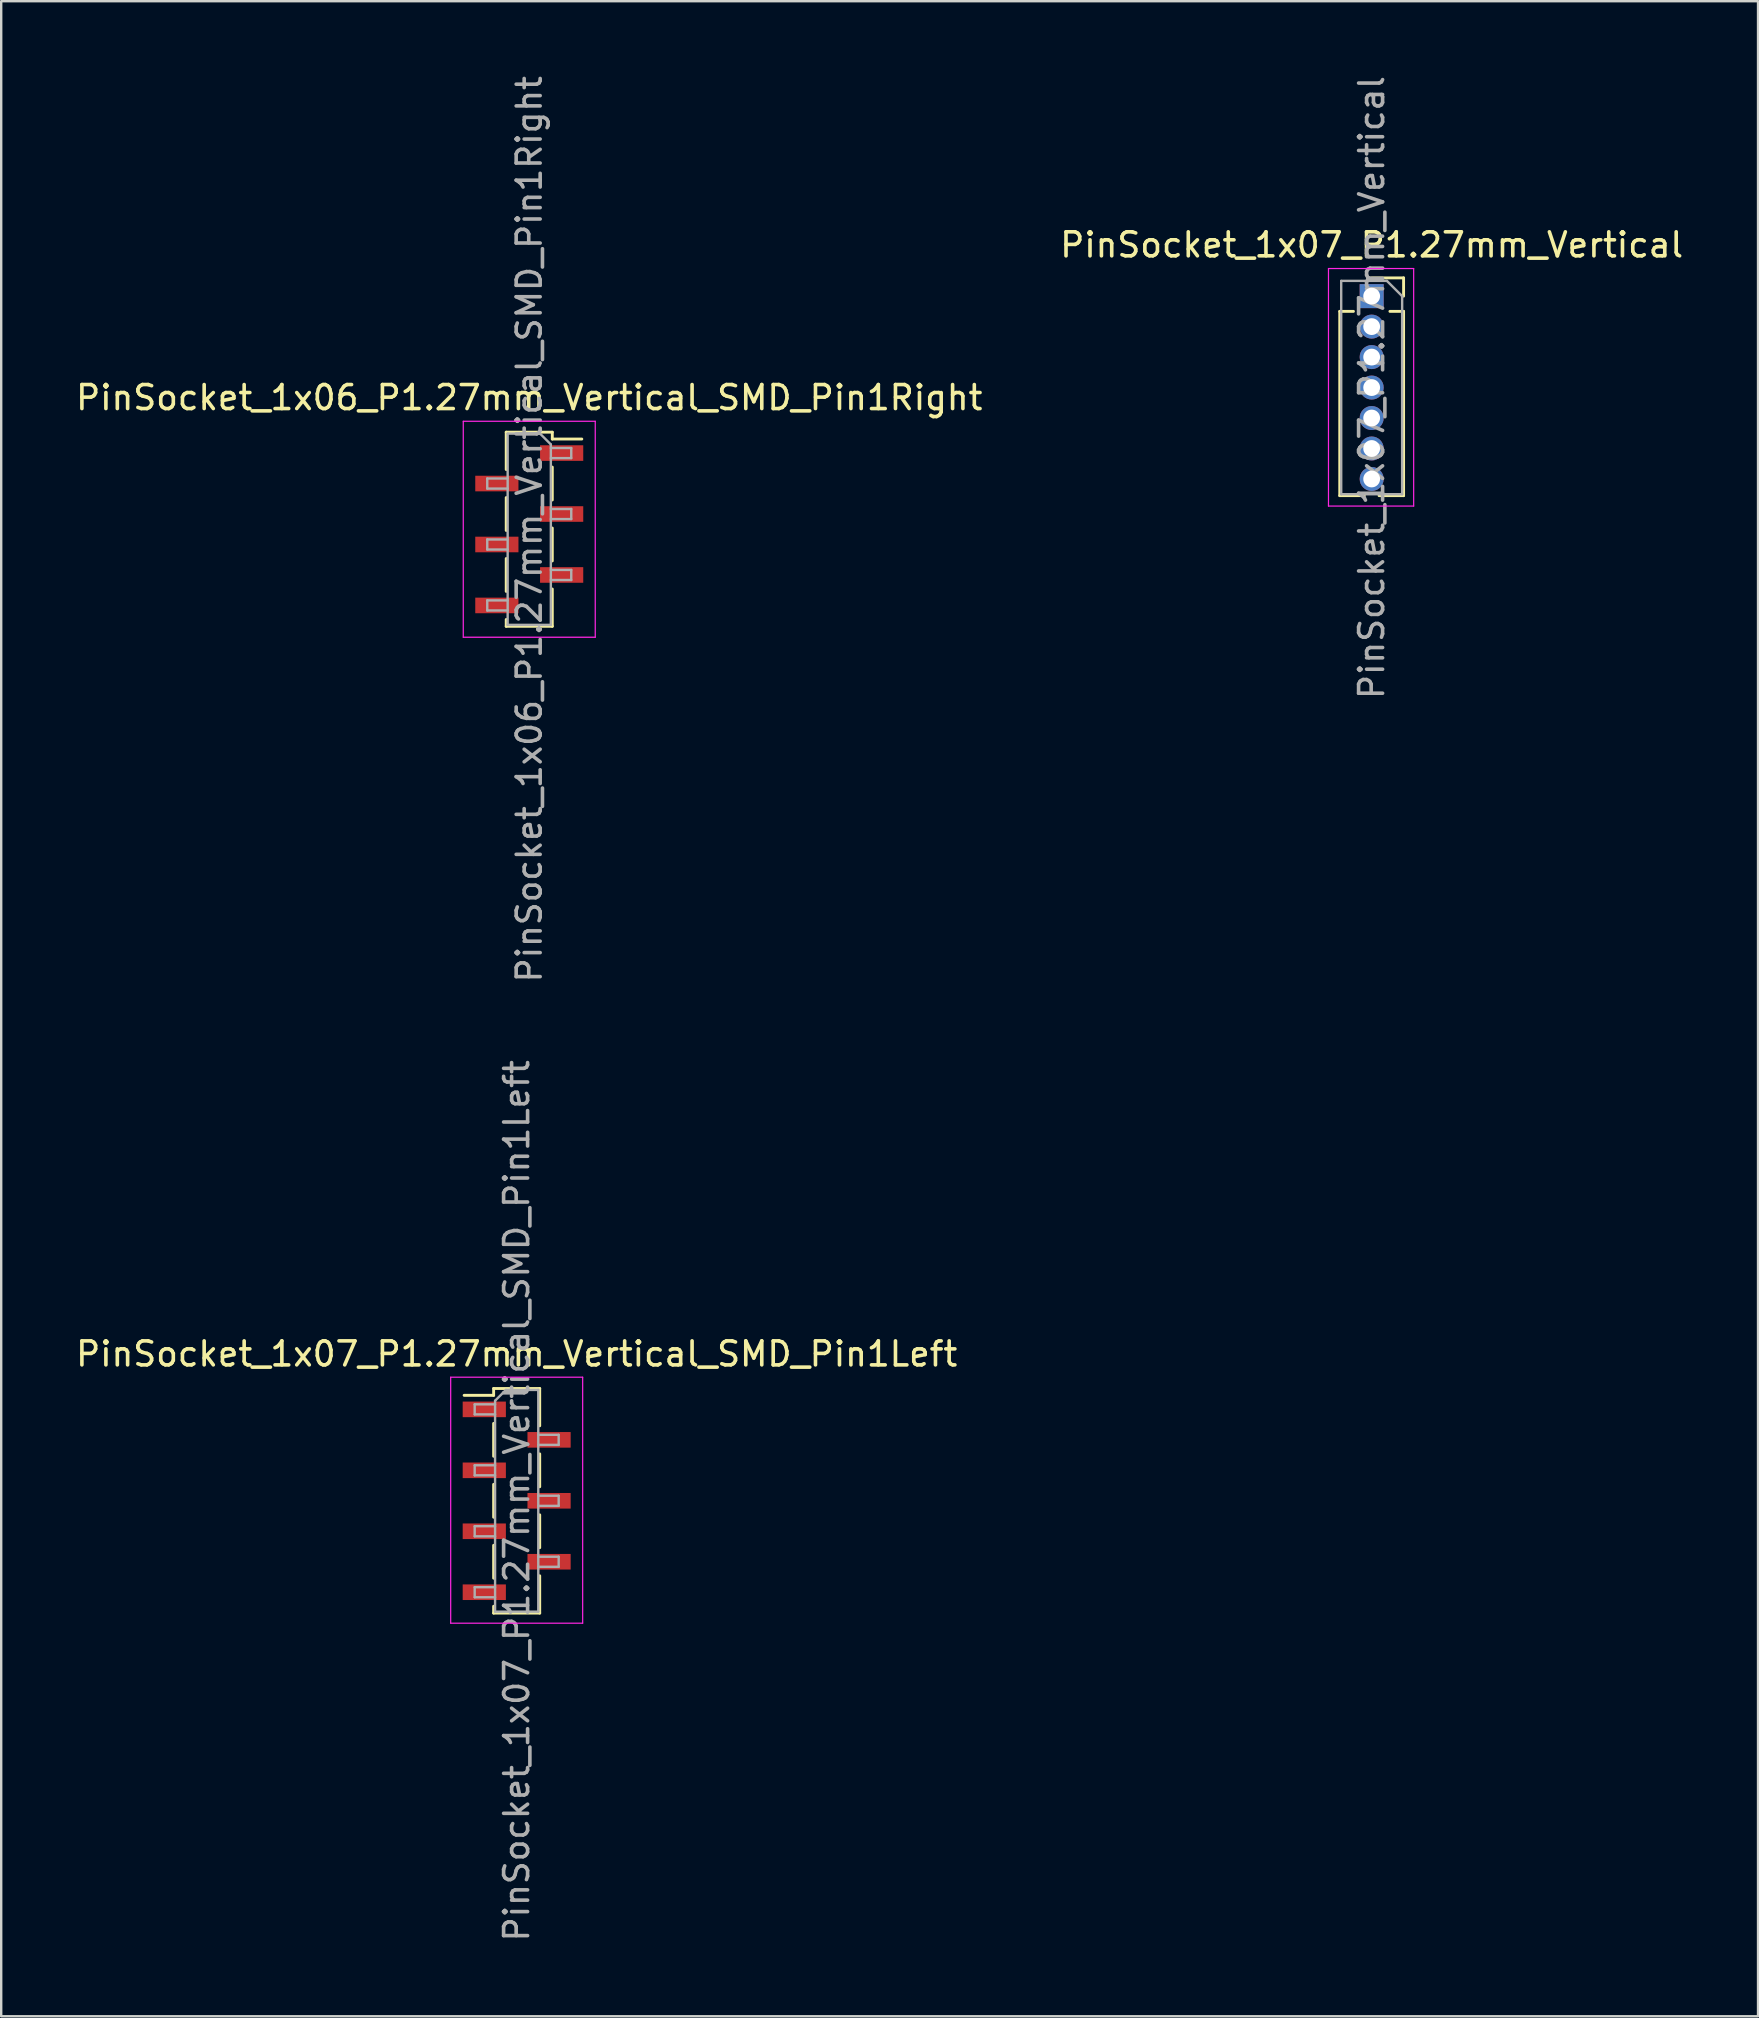
<source format=kicad_pcb>
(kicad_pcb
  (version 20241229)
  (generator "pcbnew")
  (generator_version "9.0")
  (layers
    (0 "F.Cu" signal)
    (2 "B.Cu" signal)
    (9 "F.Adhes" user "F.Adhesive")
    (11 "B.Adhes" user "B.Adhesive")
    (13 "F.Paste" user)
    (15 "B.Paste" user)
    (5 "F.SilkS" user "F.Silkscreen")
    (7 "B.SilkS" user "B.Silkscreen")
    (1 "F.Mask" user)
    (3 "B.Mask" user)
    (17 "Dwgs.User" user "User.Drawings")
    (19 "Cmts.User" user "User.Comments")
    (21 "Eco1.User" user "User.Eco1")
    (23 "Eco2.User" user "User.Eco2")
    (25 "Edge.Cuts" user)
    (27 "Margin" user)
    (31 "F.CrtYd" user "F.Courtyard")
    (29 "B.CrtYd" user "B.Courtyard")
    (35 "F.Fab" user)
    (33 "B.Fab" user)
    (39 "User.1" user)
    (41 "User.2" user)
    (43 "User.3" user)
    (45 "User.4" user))
  (footprint "PinSocket_1x06_P1.27mm_Vertical_SMD_Pin1Right"
    (layer "F.Cu")
    (at 19.006 19.006)
    (property "Reference" "PinSocket_1x06_P1.27mm_Vertical_SMD_Pin1Right" (at 0 -5.485 0) (layer "F.SilkS") (effects (font (size 1 1) (thickness 0.15))))
    (attr smd)
    (fp_line (start -0.96 -4.045) (end -0.96 -2.49) (stroke (width 0.12) (type solid)) (layer "F.SilkS"))
    (fp_line (start -0.96 -4.045) (end 0.96 -4.045) (stroke (width 0.12) (type solid)) (layer "F.SilkS"))
    (fp_line (start -0.96 -1.32) (end -0.96 0.05) (stroke (width 0.12) (type solid)) (layer "F.SilkS"))
    (fp_line (start -0.96 1.22) (end -0.96 2.59) (stroke (width 0.12) (type solid)) (layer "F.SilkS"))
    (fp_line (start -0.96 3.76) (end -0.96 4.045) (stroke (width 0.12) (type solid)) (layer "F.SilkS"))
    (fp_line (start -0.96 4.045) (end 0.96 4.045) (stroke (width 0.12) (type solid)) (layer "F.SilkS"))
    (fp_line (start 0.96 -4.045) (end 0.96 -3.76) (stroke (width 0.12) (type solid)) (layer "F.SilkS"))
    (fp_line (start 0.96 -3.76) (end 2.19 -3.76) (stroke (width 0.12) (type solid)) (layer "F.SilkS"))
    (fp_line (start 0.96 -2.59) (end 0.96 -1.22) (stroke (width 0.12) (type solid)) (layer "F.SilkS"))
    (fp_line (start 0.96 -0.05) (end 0.96 1.32) (stroke (width 0.12) (type solid)) (layer "F.SilkS"))
    (fp_line (start 0.96 2.49) (end 0.96 4.045) (stroke (width 0.12) (type solid)) (layer "F.SilkS"))
    (fp_line (start -2.75 -4.5) (end 2.75 -4.5) (stroke (width 0.05) (type solid)) (layer "F.CrtYd"))
    (fp_line (start -2.75 4.5) (end -2.75 -4.5) (stroke (width 0.05) (type solid)) (layer "F.CrtYd"))
    (fp_line (start 2.75 -4.5) (end 2.75 4.5) (stroke (width 0.05) (type solid)) (layer "F.CrtYd"))
    (fp_line (start 2.75 4.5) (end -2.75 4.5) (stroke (width 0.05) (type solid)) (layer "F.CrtYd"))
    (fp_line (start -1.75 -2.115) (end -0.9 -2.115) (stroke (width 0.1) (type solid)) (layer "F.Fab"))
    (fp_line (start -1.75 -1.695) (end -1.75 -2.115) (stroke (width 0.1) (type solid)) (layer "F.Fab"))
    (fp_line (start -1.75 0.425) (end -0.9 0.425) (stroke (width 0.1) (type solid)) (layer "F.Fab"))
    (fp_line (start -1.75 0.845) (end -1.75 0.425) (stroke (width 0.1) (type solid)) (layer "F.Fab"))
    (fp_line (start -1.75 2.965) (end -0.9 2.965) (stroke (width 0.1) (type solid)) (layer "F.Fab"))
    (fp_line (start -1.75 3.385) (end -1.75 2.965) (stroke (width 0.1) (type solid)) (layer "F.Fab"))
    (fp_line (start -0.9 -3.985) (end 0.45 -3.985) (stroke (width 0.1) (type solid)) (layer "F.Fab"))
    (fp_line (start -0.9 -1.695) (end -1.75 -1.695) (stroke (width 0.1) (type solid)) (layer "F.Fab"))
    (fp_line (start -0.9 0.845) (end -1.75 0.845) (stroke (width 0.1) (type solid)) (layer "F.Fab"))
    (fp_line (start -0.9 3.385) (end -1.75 3.385) (stroke (width 0.1) (type solid)) (layer "F.Fab"))
    (fp_line (start -0.9 3.985) (end -0.9 -3.985) (stroke (width 0.1) (type solid)) (layer "F.Fab"))
    (fp_line (start 0.45 -3.985) (end 0.9 -3.535) (stroke (width 0.1) (type solid)) (layer "F.Fab"))
    (fp_line (start 0.9 -3.535) (end 0.9 3.985) (stroke (width 0.1) (type solid)) (layer "F.Fab"))
    (fp_line (start 0.9 -3.385) (end 1.75 -3.385) (stroke (width 0.1) (type solid)) (layer "F.Fab"))
    (fp_line (start 0.9 -0.845) (end 1.75 -0.845) (stroke (width 0.1) (type solid)) (layer "F.Fab"))
    (fp_line (start 0.9 1.695) (end 1.75 1.695) (stroke (width 0.1) (type solid)) (layer "F.Fab"))
    (fp_line (start 0.9 3.985) (end -0.9 3.985) (stroke (width 0.1) (type solid)) (layer "F.Fab"))
    (fp_line (start 1.75 -3.385) (end 1.75 -2.965) (stroke (width 0.1) (type solid)) (layer "F.Fab"))
    (fp_line (start 1.75 -2.965) (end 0.9 -2.965) (stroke (width 0.1) (type solid)) (layer "F.Fab"))
    (fp_line (start 1.75 -0.845) (end 1.75 -0.425) (stroke (width 0.1) (type solid)) (layer "F.Fab"))
    (fp_line (start 1.75 -0.425) (end 0.9 -0.425) (stroke (width 0.1) (type solid)) (layer "F.Fab"))
    (fp_line (start 1.75 1.695) (end 1.75 2.115) (stroke (width 0.1) (type solid)) (layer "F.Fab"))
    (fp_line (start 1.75 2.115) (end 0.9 2.115) (stroke (width 0.1) (type solid)) (layer "F.Fab"))
    (fp_text user "${REFERENCE}" (at 0 0 90) (layer "F.Fab") (effects (font (size 1 1) (thickness 0.15))))
    (pad "1" smd rect (at 1.35 -3.175) (size 1.8 0.65) (layers "F.Cu" "F.Mask" "F.Paste"))
    (pad "2" smd rect (at -1.35 -1.905) (size 1.8 0.65) (layers "F.Cu" "F.Mask" "F.Paste"))
    (pad "3" smd rect (at 1.35 -0.635) (size 1.8 0.65) (layers "F.Cu" "F.Mask" "F.Paste"))
    (pad "4" smd rect (at -1.35 0.635) (size 1.8 0.65) (layers "F.Cu" "F.Mask" "F.Paste"))
    (pad "5" smd rect (at 1.35 1.905) (size 1.8 0.65) (layers "F.Cu" "F.Mask" "F.Paste"))
    (pad "6" smd rect (at -1.35 3.175) (size 1.8 0.65) (layers "F.Cu" "F.Mask" "F.Paste")))
  (footprint "PinSocket_1x07_P1.27mm_Vertical"
    (layer "F.Cu")
    (at 54.113 9.291)
    (property "Reference" "PinSocket_1x07_P1.27mm_Vertical" (at 0 -2.135 0) (layer "F.SilkS") (effects (font (size 1 1) (thickness 0.15))))
    (attr through_hole)
    (fp_line (start -1.33 0.635) (end -1.33 8.315) (stroke (width 0.12) (type solid)) (layer "F.SilkS"))
    (fp_line (start -1.33 0.635) (end -0.76 0.635) (stroke (width 0.12) (type solid)) (layer "F.SilkS"))
    (fp_line (start -1.33 8.315) (end -0.308 8.315) (stroke (width 0.12) (type solid)) (layer "F.SilkS"))
    (fp_line (start 0 -0.76) (end 1.33 -0.76) (stroke (width 0.12) (type solid)) (layer "F.SilkS"))
    (fp_line (start 0.308 8.315) (end 1.33 8.315) (stroke (width 0.12) (type solid)) (layer "F.SilkS"))
    (fp_line (start 0.76 0.635) (end 1.33 0.635) (stroke (width 0.12) (type solid)) (layer "F.SilkS"))
    (fp_line (start 1.33 -0.76) (end 1.33 0) (stroke (width 0.12) (type solid)) (layer "F.SilkS"))
    (fp_line (start 1.33 0.635) (end 1.33 8.315) (stroke (width 0.12) (type solid)) (layer "F.SilkS"))
    (fp_line (start -1.8 -1.15) (end 1.75 -1.15) (stroke (width 0.05) (type solid)) (layer "F.CrtYd"))
    (fp_line (start -1.8 8.75) (end -1.8 -1.15) (stroke (width 0.05) (type solid)) (layer "F.CrtYd"))
    (fp_line (start 1.75 -1.15) (end 1.75 8.75) (stroke (width 0.05) (type solid)) (layer "F.CrtYd"))
    (fp_line (start 1.75 8.75) (end -1.8 8.75) (stroke (width 0.05) (type solid)) (layer "F.CrtYd"))
    (fp_line (start -1.27 -0.635) (end 0.635 -0.635) (stroke (width 0.1) (type solid)) (layer "F.Fab"))
    (fp_line (start -1.27 8.255) (end -1.27 -0.635) (stroke (width 0.1) (type solid)) (layer "F.Fab"))
    (fp_line (start 0.635 -0.635) (end 1.27 0) (stroke (width 0.1) (type solid)) (layer "F.Fab"))
    (fp_line (start 1.27 0) (end 1.27 8.255) (stroke (width 0.1) (type solid)) (layer "F.Fab"))
    (fp_line (start 1.27 8.255) (end -1.27 8.255) (stroke (width 0.1) (type solid)) (layer "F.Fab"))
    (fp_text user "${REFERENCE}" (at 0 3.81 90) (layer "F.Fab") (effects (font (size 1 1) (thickness 0.15))))
    (pad "1" thru_hole rect (at 0 0) (size 1 1) (drill 0.7) (layers "*.Cu" "*.Mask"))
    (pad "2" thru_hole oval (at 0 1.27) (size 1 1) (drill 0.7) (layers "*.Cu" "*.Mask"))
    (pad "3" thru_hole oval (at 0 2.54) (size 1 1) (drill 0.7) (layers "*.Cu" "*.Mask"))
    (pad "4" thru_hole oval (at 0 3.81) (size 1 1) (drill 0.7) (layers "*.Cu" "*.Mask"))
    (pad "5" thru_hole oval (at 0 5.08) (size 1 1) (drill 0.7) (layers "*.Cu" "*.Mask"))
    (pad "6" thru_hole oval (at 0 6.35) (size 1 1) (drill 0.7) (layers "*.Cu" "*.Mask"))
    (pad "7" thru_hole oval (at 0 7.62) (size 1 1) (drill 0.7) (layers "*.Cu" "*.Mask")))
  (footprint "PinSocket_1x07_P1.27mm_Vertical_SMD_Pin1Left"
    (layer "F.Cu")
    (at 18.482 59.494)
    (property "Reference" "PinSocket_1x07_P1.27mm_Vertical_SMD_Pin1Left" (at 0 -6.12 0) (layer "F.SilkS") (effects (font (size 1 1) (thickness 0.15))))
    (attr smd)
    (fp_line (start -2.19 -4.395) (end -0.96 -4.395) (stroke (width 0.12) (type solid)) (layer "F.SilkS"))
    (fp_line (start -0.96 -4.68) (end -0.96 -4.395) (stroke (width 0.12) (type solid)) (layer "F.SilkS"))
    (fp_line (start -0.96 -4.68) (end 0.96 -4.68) (stroke (width 0.12) (type solid)) (layer "F.SilkS"))
    (fp_line (start -0.96 -3.225) (end -0.96 -1.855) (stroke (width 0.12) (type solid)) (layer "F.SilkS"))
    (fp_line (start -0.96 -0.685) (end -0.96 0.685) (stroke (width 0.12) (type solid)) (layer "F.SilkS"))
    (fp_line (start -0.96 1.855) (end -0.96 3.225) (stroke (width 0.12) (type solid)) (layer "F.SilkS"))
    (fp_line (start -0.96 4.395) (end -0.96 4.68) (stroke (width 0.12) (type solid)) (layer "F.SilkS"))
    (fp_line (start -0.96 4.68) (end 0.96 4.68) (stroke (width 0.12) (type solid)) (layer "F.SilkS"))
    (fp_line (start 0.96 -4.68) (end 0.96 -3.125) (stroke (width 0.12) (type solid)) (layer "F.SilkS"))
    (fp_line (start 0.96 -1.955) (end 0.96 -0.585) (stroke (width 0.12) (type solid)) (layer "F.SilkS"))
    (fp_line (start 0.96 0.585) (end 0.96 1.955) (stroke (width 0.12) (type solid)) (layer "F.SilkS"))
    (fp_line (start 0.96 3.125) (end 0.96 4.68) (stroke (width 0.12) (type solid)) (layer "F.SilkS"))
    (fp_line (start -2.75 -5.15) (end 2.75 -5.15) (stroke (width 0.05) (type solid)) (layer "F.CrtYd"))
    (fp_line (start -2.75 5.1) (end -2.75 -5.15) (stroke (width 0.05) (type solid)) (layer "F.CrtYd"))
    (fp_line (start 2.75 -5.15) (end 2.75 5.1) (stroke (width 0.05) (type solid)) (layer "F.CrtYd"))
    (fp_line (start 2.75 5.1) (end -2.75 5.1) (stroke (width 0.05) (type solid)) (layer "F.CrtYd"))
    (fp_line (start -1.75 -4.02) (end -0.9 -4.02) (stroke (width 0.1) (type solid)) (layer "F.Fab"))
    (fp_line (start -1.75 -3.6) (end -1.75 -4.02) (stroke (width 0.1) (type solid)) (layer "F.Fab"))
    (fp_line (start -1.75 -1.48) (end -0.9 -1.48) (stroke (width 0.1) (type solid)) (layer "F.Fab"))
    (fp_line (start -1.75 -1.06) (end -1.75 -1.48) (stroke (width 0.1) (type solid)) (layer "F.Fab"))
    (fp_line (start -1.75 1.06) (end -0.9 1.06) (stroke (width 0.1) (type solid)) (layer "F.Fab"))
    (fp_line (start -1.75 1.48) (end -1.75 1.06) (stroke (width 0.1) (type solid)) (layer "F.Fab"))
    (fp_line (start -1.75 3.6) (end -0.9 3.6) (stroke (width 0.1) (type solid)) (layer "F.Fab"))
    (fp_line (start -1.75 4.02) (end -1.75 3.6) (stroke (width 0.1) (type solid)) (layer "F.Fab"))
    (fp_line (start -0.9 -4.17) (end -0.45 -4.62) (stroke (width 0.1) (type solid)) (layer "F.Fab"))
    (fp_line (start -0.9 -3.6) (end -1.75 -3.6) (stroke (width 0.1) (type solid)) (layer "F.Fab"))
    (fp_line (start -0.9 -1.06) (end -1.75 -1.06) (stroke (width 0.1) (type solid)) (layer "F.Fab"))
    (fp_line (start -0.9 1.48) (end -1.75 1.48) (stroke (width 0.1) (type solid)) (layer "F.Fab"))
    (fp_line (start -0.9 4.02) (end -1.75 4.02) (stroke (width 0.1) (type solid)) (layer "F.Fab"))
    (fp_line (start -0.9 4.62) (end -0.9 -4.17) (stroke (width 0.1) (type solid)) (layer "F.Fab"))
    (fp_line (start -0.45 -4.62) (end 0.9 -4.62) (stroke (width 0.1) (type solid)) (layer "F.Fab"))
    (fp_line (start 0.9 -4.62) (end 0.9 4.62) (stroke (width 0.1) (type solid)) (layer "F.Fab"))
    (fp_line (start 0.9 -2.75) (end 1.75 -2.75) (stroke (width 0.1) (type solid)) (layer "F.Fab"))
    (fp_line (start 0.9 -0.21) (end 1.75 -0.21) (stroke (width 0.1) (type solid)) (layer "F.Fab"))
    (fp_line (start 0.9 2.33) (end 1.75 2.33) (stroke (width 0.1) (type solid)) (layer "F.Fab"))
    (fp_line (start 0.9 4.62) (end -0.9 4.62) (stroke (width 0.1) (type solid)) (layer "F.Fab"))
    (fp_line (start 1.75 -2.75) (end 1.75 -2.33) (stroke (width 0.1) (type solid)) (layer "F.Fab"))
    (fp_line (start 1.75 -2.33) (end 0.9 -2.33) (stroke (width 0.1) (type solid)) (layer "F.Fab"))
    (fp_line (start 1.75 -0.21) (end 1.75 0.21) (stroke (width 0.1) (type solid)) (layer "F.Fab"))
    (fp_line (start 1.75 0.21) (end 0.9 0.21) (stroke (width 0.1) (type solid)) (layer "F.Fab"))
    (fp_line (start 1.75 2.33) (end 1.75 2.75) (stroke (width 0.1) (type solid)) (layer "F.Fab"))
    (fp_line (start 1.75 2.75) (end 0.9 2.75) (stroke (width 0.1) (type solid)) (layer "F.Fab"))
    (fp_text user "${REFERENCE}" (at 0 0 90) (layer "F.Fab") (effects (font (size 1 1) (thickness 0.15))))
    (pad "1" smd rect (at -1.35 -3.81) (size 1.8 0.65) (layers "F.Cu" "F.Mask" "F.Paste"))
    (pad "2" smd rect (at 1.35 -2.54) (size 1.8 0.65) (layers "F.Cu" "F.Mask" "F.Paste"))
    (pad "3" smd rect (at -1.35 -1.27) (size 1.8 0.65) (layers "F.Cu" "F.Mask" "F.Paste"))
    (pad "4" smd rect (at 1.35 0) (size 1.8 0.65) (layers "F.Cu" "F.Mask" "F.Paste"))
    (pad "5" smd rect (at -1.35 1.27) (size 1.8 0.65) (layers "F.Cu" "F.Mask" "F.Paste"))
    (pad "6" smd rect (at 1.35 2.54) (size 1.8 0.65) (layers "F.Cu" "F.Mask" "F.Paste"))
    (pad "7" smd rect (at -1.35 3.81) (size 1.8 0.65) (layers "F.Cu" "F.Mask" "F.Paste")))
  (gr_rect
    (start -3 -3)
    (end 70.214 80.976)
    (stroke (width 0.1) (type default))
    (fill no)
    (layer "Edge.Cuts")))
</source>
